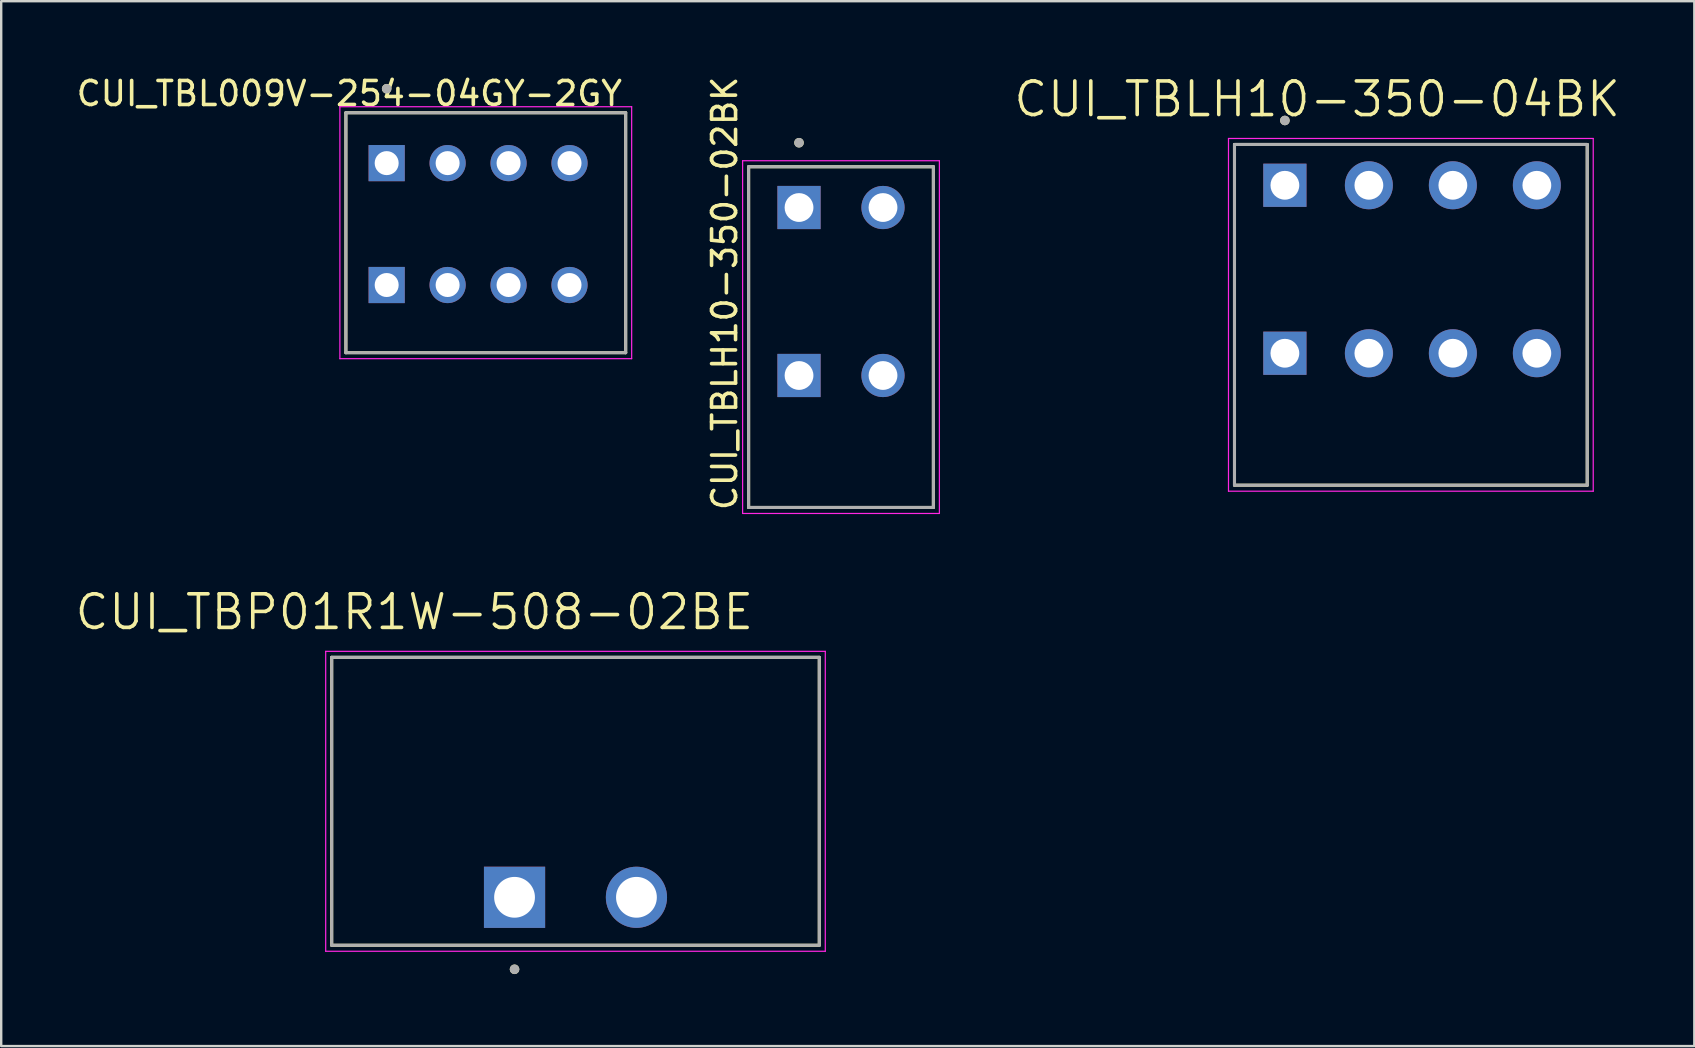
<source format=kicad_pcb>
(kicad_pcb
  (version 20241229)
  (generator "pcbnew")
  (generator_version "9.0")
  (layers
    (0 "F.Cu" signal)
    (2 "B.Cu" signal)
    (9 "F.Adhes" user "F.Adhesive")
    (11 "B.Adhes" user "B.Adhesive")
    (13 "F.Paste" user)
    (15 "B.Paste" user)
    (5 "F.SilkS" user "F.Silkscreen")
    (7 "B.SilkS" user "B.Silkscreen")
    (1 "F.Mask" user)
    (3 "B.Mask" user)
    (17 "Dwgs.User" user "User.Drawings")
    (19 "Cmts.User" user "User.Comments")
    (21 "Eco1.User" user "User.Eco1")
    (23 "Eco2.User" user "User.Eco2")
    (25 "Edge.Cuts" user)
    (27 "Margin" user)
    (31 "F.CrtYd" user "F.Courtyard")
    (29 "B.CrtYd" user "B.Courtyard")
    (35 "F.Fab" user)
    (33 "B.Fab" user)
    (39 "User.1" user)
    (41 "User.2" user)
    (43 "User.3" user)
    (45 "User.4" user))
  (footprint "CUI_TBL009V-254-04GY-2GY"
    (layer "F.Cu")
    (at 13.064 3.748)
    (property "Reference" "CUI_TBL009V-254-04GY-2GY" (at 9.9 -2.9 0) (layer "F.SilkS") (effects (font (size 1 1) (thickness 0.15)) (justify right)))
    (attr through_hole)
    (fp_line (start -1.7 -2.1) (end 9.96 -2.1) (stroke (width 0.127) (type solid)) (layer "F.SilkS"))
    (fp_line (start -1.7 7.9) (end -1.7 -2.1) (stroke (width 0.127) (type solid)) (layer "F.SilkS"))
    (fp_line (start 9.96 -2.1) (end 9.96 7.9) (stroke (width 0.127) (type solid)) (layer "F.SilkS"))
    (fp_line (start 9.96 7.9) (end -1.7 7.9) (stroke (width 0.127) (type solid)) (layer "F.SilkS"))
    (fp_circle (center 0 -3.1) (end 0.1 -3.1) (stroke (width 0.2) (type solid)) (fill no) (layer "F.SilkS"))
    (fp_line (start -1.95 -2.35) (end 10.21 -2.35) (stroke (width 0.05) (type solid)) (layer "F.CrtYd"))
    (fp_line (start -1.95 8.15) (end -1.95 -2.35) (stroke (width 0.05) (type solid)) (layer "F.CrtYd"))
    (fp_line (start 10.21 -2.35) (end 10.21 8.15) (stroke (width 0.05) (type solid)) (layer "F.CrtYd"))
    (fp_line (start 10.21 8.15) (end -1.95 8.15) (stroke (width 0.05) (type solid)) (layer "F.CrtYd"))
    (fp_line (start -1.7 -2.1) (end 9.96 -2.1) (stroke (width 0.127) (type solid)) (layer "F.Fab"))
    (fp_line (start -1.7 7.9) (end -1.7 -2.1) (stroke (width 0.127) (type solid)) (layer "F.Fab"))
    (fp_line (start 9.96 -2.1) (end 9.96 7.9) (stroke (width 0.127) (type solid)) (layer "F.Fab"))
    (fp_line (start 9.96 7.9) (end -1.7 7.9) (stroke (width 0.127) (type solid)) (layer "F.Fab"))
    (fp_circle (center 0 -3.1) (end 0.1 -3.1) (stroke (width 0.2) (type solid)) (fill no) (layer "F.Fab"))
    (pad "1" thru_hole rect (at 0 0) (size 1.508 1.508) (drill 1) (layers "*.Cu" "*.Mask"))
    (pad "1" thru_hole rect (at 0 5.08) (size 1.508 1.508) (drill 1) (layers "*.Cu" "*.Mask"))
    (pad "2" thru_hole circle (at 2.54 0) (size 1.508 1.508) (drill 1) (layers "*.Cu" "*.Mask"))
    (pad "2" thru_hole circle (at 2.54 5.08) (size 1.508 1.508) (drill 1) (layers "*.Cu" "*.Mask"))
    (pad "3" thru_hole circle (at 5.08 0) (size 1.508 1.508) (drill 1) (layers "*.Cu" "*.Mask"))
    (pad "3" thru_hole circle (at 5.08 5.08) (size 1.508 1.508) (drill 1) (layers "*.Cu" "*.Mask"))
    (pad "4" thru_hole circle (at 7.62 0) (size 1.508 1.508) (drill 1) (layers "*.Cu" "*.Mask"))
    (pad "4" thru_hole circle (at 7.62 5.08) (size 1.508 1.508) (drill 1) (layers "*.Cu" "*.Mask")))
  (footprint "CUI_TBP01R1W-508-02BE"
    (layer "F.Cu")
    (at 18.393 34.344)
    (property "Reference" "CUI_TBP01R1W-508-02BE" (at -4.175 -11.889 0) (layer "F.SilkS") (effects (font (size 1.4 1.4) (thickness 0.15))))
    (attr through_hole)
    (fp_line (start -7.62 -10) (end 12.7 -10) (stroke (width 0.127) (type solid)) (layer "F.SilkS"))
    (fp_line (start -7.62 2) (end -7.62 -10) (stroke (width 0.127) (type solid)) (layer "F.SilkS"))
    (fp_line (start 12.7 -10) (end 12.7 2) (stroke (width 0.127) (type solid)) (layer "F.SilkS"))
    (fp_line (start 12.7 2) (end -7.62 2) (stroke (width 0.127) (type solid)) (layer "F.SilkS"))
    (fp_circle (center 0 3) (end 0.1 3) (stroke (width 0.2) (type solid)) (fill no) (layer "F.SilkS"))
    (fp_line (start -7.87 -10.25) (end 12.95 -10.25) (stroke (width 0.05) (type solid)) (layer "F.CrtYd"))
    (fp_line (start -7.87 2.25) (end -7.87 -10.25) (stroke (width 0.05) (type solid)) (layer "F.CrtYd"))
    (fp_line (start 12.95 -10.25) (end 12.95 2.25) (stroke (width 0.05) (type solid)) (layer "F.CrtYd"))
    (fp_line (start 12.95 2.25) (end -7.87 2.25) (stroke (width 0.05) (type solid)) (layer "F.CrtYd"))
    (fp_line (start -7.62 -10) (end 12.7 -10) (stroke (width 0.127) (type solid)) (layer "F.Fab"))
    (fp_line (start -7.62 2) (end -7.62 -10) (stroke (width 0.127) (type solid)) (layer "F.Fab"))
    (fp_line (start 12.7 -10) (end 12.7 2) (stroke (width 0.127) (type solid)) (layer "F.Fab"))
    (fp_line (start 12.7 2) (end -7.62 2) (stroke (width 0.127) (type solid)) (layer "F.Fab"))
    (fp_circle (center 0 3) (end 0.1 3) (stroke (width 0.2) (type solid)) (fill no) (layer "F.Fab"))
    (pad "1" thru_hole rect (at 0 0) (size 2.55 2.55) (drill 1.7) (layers "*.Cu" "*.Mask"))
    (pad "2" thru_hole circle (at 5.08 0) (size 2.55 2.55) (drill 1.7) (layers "*.Cu" "*.Mask")))
  (footprint "CUI_TBLH10-350-04BK"
    (layer "F.Cu")
    (at 50.496 4.671)
    (property "Reference" "CUI_TBLH10-350-04BK" (at 1.345 -3.589 0) (layer "F.SilkS") (effects (font (size 1.4 1.4) (thickness 0.15))))
    (attr through_hole)
    (fp_line (start -2.1 -1.7) (end 12.6 -1.7) (stroke (width 0.127) (type solid)) (layer "F.SilkS"))
    (fp_line (start -2.1 12.5) (end -2.1 -1.7) (stroke (width 0.127) (type solid)) (layer "F.SilkS"))
    (fp_line (start 12.6 -1.7) (end 12.6 12.5) (stroke (width 0.127) (type solid)) (layer "F.SilkS"))
    (fp_line (start 12.6 12.5) (end -2.1 12.5) (stroke (width 0.127) (type solid)) (layer "F.SilkS"))
    (fp_circle (center 0 -2.7) (end 0.1 -2.7) (stroke (width 0.2) (type solid)) (fill no) (layer "F.SilkS"))
    (fp_line (start -2.35 -1.95) (end 12.85 -1.95) (stroke (width 0.05) (type solid)) (layer "F.CrtYd"))
    (fp_line (start -2.35 12.75) (end -2.35 -1.95) (stroke (width 0.05) (type solid)) (layer "F.CrtYd"))
    (fp_line (start 12.85 -1.95) (end 12.85 12.75) (stroke (width 0.05) (type solid)) (layer "F.CrtYd"))
    (fp_line (start 12.85 12.75) (end -2.35 12.75) (stroke (width 0.05) (type solid)) (layer "F.CrtYd"))
    (fp_line (start -2.1 -1.7) (end 12.6 -1.7) (stroke (width 0.127) (type solid)) (layer "F.Fab"))
    (fp_line (start -2.1 12.5) (end -2.1 -1.7) (stroke (width 0.127) (type solid)) (layer "F.Fab"))
    (fp_line (start 12.6 -1.7) (end 12.6 12.5) (stroke (width 0.127) (type solid)) (layer "F.Fab"))
    (fp_line (start 12.6 12.5) (end -2.1 12.5) (stroke (width 0.127) (type solid)) (layer "F.Fab"))
    (fp_circle (center 0 -2.7) (end 0.1 -2.7) (stroke (width 0.2) (type solid)) (fill no) (layer "F.Fab"))
    (pad "1" thru_hole rect (at 0 0) (size 1.8 1.8) (drill 1.2) (layers "*.Cu" "*.Mask"))
    (pad "1" thru_hole rect (at 0 7) (size 1.8 1.8) (drill 1.2) (layers "*.Cu" "*.Mask"))
    (pad "2" thru_hole circle (at 3.5 0) (size 2 2) (drill 1.2) (layers "*.Cu" "*.Mask"))
    (pad "2" thru_hole circle (at 3.5 7) (size 2 2) (drill 1.2) (layers "*.Cu" "*.Mask"))
    (pad "3" thru_hole circle (at 7 0) (size 2 2) (drill 1.2) (layers "*.Cu" "*.Mask"))
    (pad "3" thru_hole circle (at 7 7) (size 2 2) (drill 1.2) (layers "*.Cu" "*.Mask"))
    (pad "4" thru_hole circle (at 10.5 0) (size 2 2) (drill 1.2) (layers "*.Cu" "*.Mask"))
    (pad "4" thru_hole circle (at 10.5 7) (size 2 2) (drill 1.2) (layers "*.Cu" "*.Mask")))
  (footprint "CUI_TBLH10-350-02BK"
    (layer "F.Cu")
    (at 30.248 5.598)
    (property "Reference" "CUI_TBLH10-350-02BK" (at -3.1 12.7 90) (layer "F.SilkS") (effects (font (size 1 1) (thickness 0.15)) (justify left)))
    (attr through_hole)
    (fp_line (start -2.1 -1.7) (end 5.6 -1.7) (stroke (width 0.127) (type solid)) (layer "F.SilkS"))
    (fp_line (start -2.1 12.5) (end -2.1 -1.7) (stroke (width 0.127) (type solid)) (layer "F.SilkS"))
    (fp_line (start 5.6 -1.7) (end 5.6 12.5) (stroke (width 0.127) (type solid)) (layer "F.SilkS"))
    (fp_line (start 5.6 12.5) (end -2.1 12.5) (stroke (width 0.127) (type solid)) (layer "F.SilkS"))
    (fp_circle (center 0 -2.7) (end 0.1 -2.7) (stroke (width 0.2) (type solid)) (fill no) (layer "F.SilkS"))
    (fp_line (start -2.35 -1.95) (end 5.85 -1.95) (stroke (width 0.05) (type solid)) (layer "F.CrtYd"))
    (fp_line (start -2.35 12.75) (end -2.35 -1.95) (stroke (width 0.05) (type solid)) (layer "F.CrtYd"))
    (fp_line (start 5.85 -1.95) (end 5.85 12.75) (stroke (width 0.05) (type solid)) (layer "F.CrtYd"))
    (fp_line (start 5.85 12.75) (end -2.35 12.75) (stroke (width 0.05) (type solid)) (layer "F.CrtYd"))
    (fp_line (start -2.1 -1.7) (end 5.6 -1.7) (stroke (width 0.127) (type solid)) (layer "F.Fab"))
    (fp_line (start -2.1 12.5) (end -2.1 -1.7) (stroke (width 0.127) (type solid)) (layer "F.Fab"))
    (fp_line (start 5.6 -1.7) (end 5.6 12.5) (stroke (width 0.127) (type solid)) (layer "F.Fab"))
    (fp_line (start 5.6 12.5) (end -2.1 12.5) (stroke (width 0.127) (type solid)) (layer "F.Fab"))
    (fp_circle (center 0 -2.7) (end 0.1 -2.7) (stroke (width 0.2) (type solid)) (fill no) (layer "F.Fab"))
    (pad "1" thru_hole rect (at 0 0) (size 1.8 1.8) (drill 1.2) (layers "*.Cu" "*.Mask"))
    (pad "1" thru_hole rect (at 0 7) (size 1.8 1.8) (drill 1.2) (layers "*.Cu" "*.Mask"))
    (pad "2" thru_hole circle (at 3.5 0) (size 1.8 1.8) (drill 1.2) (layers "*.Cu" "*.Mask"))
    (pad "2" thru_hole circle (at 3.5 7) (size 1.8 1.8) (drill 1.2) (layers "*.Cu" "*.Mask")))
  (gr_rect
    (start -3 -3)
    (end 67.559 40.544)
    (stroke (width 0.1) (type default))
    (fill no)
    (layer "Edge.Cuts")))
</source>
